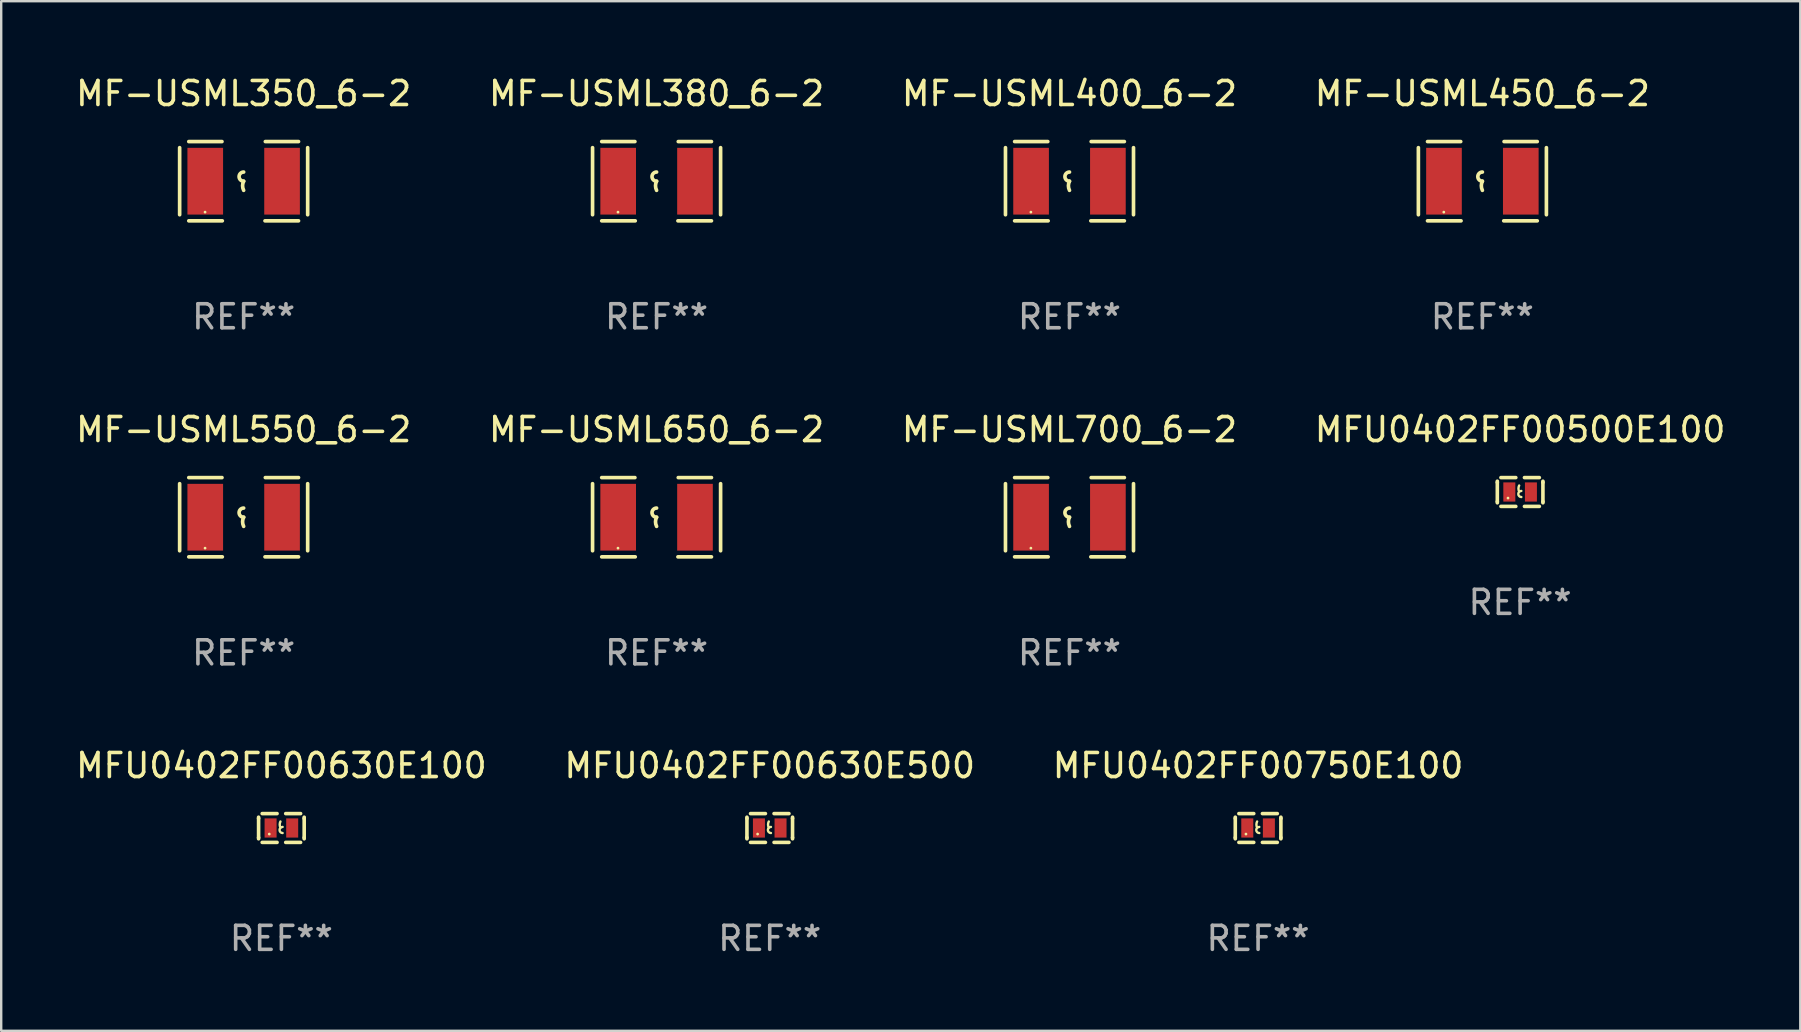
<source format=kicad_pcb>
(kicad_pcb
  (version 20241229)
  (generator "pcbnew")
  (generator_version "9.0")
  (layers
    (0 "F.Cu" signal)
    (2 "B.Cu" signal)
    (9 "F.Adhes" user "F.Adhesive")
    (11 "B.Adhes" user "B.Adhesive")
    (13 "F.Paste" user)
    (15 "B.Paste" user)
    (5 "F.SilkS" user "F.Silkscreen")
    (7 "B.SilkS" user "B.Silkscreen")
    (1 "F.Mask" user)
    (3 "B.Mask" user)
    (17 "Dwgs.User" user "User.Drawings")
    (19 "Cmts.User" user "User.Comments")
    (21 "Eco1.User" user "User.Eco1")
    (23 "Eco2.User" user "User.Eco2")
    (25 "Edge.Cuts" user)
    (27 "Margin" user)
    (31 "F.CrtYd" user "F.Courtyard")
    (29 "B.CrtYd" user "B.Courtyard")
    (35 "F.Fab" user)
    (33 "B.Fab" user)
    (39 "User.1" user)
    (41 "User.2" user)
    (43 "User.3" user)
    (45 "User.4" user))
  (footprint "MFU0402FF00630E500"
    (layer "F.Cu")
    (at 29.018 31.445)
    (property "Reference" "MFU0402FF00630E500" (at 0 -2.6 0) (layer "F.SilkS") (effects (font (size 1 1) (thickness 0.15))))
    (attr through_hole)
    (fp_line (start -0.95 -0.45) (end -0.95 -0.4) (stroke (width 0.15) (type solid)) (layer "F.SilkS"))
    (fp_line (start -0.95 -0.4) (end -0.95 0.4) (stroke (width 0.15) (type solid)) (layer "F.SilkS"))
    (fp_line (start -0.95 0.45) (end -0.95 0.4) (stroke (width 0.15) (type solid)) (layer "F.SilkS"))
    (fp_line (start -0.18 -0.6) (end -0.8 -0.6) (stroke (width 0.15) (type solid)) (layer "F.SilkS"))
    (fp_line (start -0.18 0.6) (end -0.8 0.6) (stroke (width 0.15) (type solid)) (layer "F.SilkS"))
    (fp_line (start 0.18 -0.6) (end 0.8 -0.6) (stroke (width 0.15) (type solid)) (layer "F.SilkS"))
    (fp_line (start 0.18 0.6) (end 0.8 0.6) (stroke (width 0.15) (type solid)) (layer "F.SilkS"))
    (fp_line (start 0.95 -0.45) (end 0.95 -0.4) (stroke (width 0.15) (type solid)) (layer "F.SilkS"))
    (fp_line (start 0.95 -0.4) (end 0.95 0.4) (stroke (width 0.15) (type solid)) (layer "F.SilkS"))
    (fp_line (start 0.95 0.45) (end 0.95 0.4) (stroke (width 0.15) (type solid)) (layer "F.SilkS"))
    (fp_arc (start -0.039942 -0.016052) (mid -0.069923 -0.143053) (end -0.039942 -0.270053) (stroke (width 0.1) (type solid)) (layer "F.SilkS"))
    (fp_arc (start 0.050076 0.209957) (mid -0.076924 0.082957) (end 0.050076 -0.044043) (stroke (width 0.1) (type solid)) (layer "F.SilkS"))
    (fp_circle (center -0.505 0.253) (end -0.475 0.253) (stroke (width 0.06) (type solid)) (fill no) (layer "F.SilkS"))
    (fp_text user "REF**" (at 0 4.6 0) (layer "F.Fab") (effects (font (size 1 1) (thickness 0.15))))
    (pad "1" smd rect (at -0.45 -0.000051) (size 0.5 0.8) (layers "F.Cu" "F.Mask" "F.Paste"))
    (pad "2" smd rect (at 0.45 -0.000051) (size 0.5 0.8) (layers "F.Cu" "F.Mask" "F.Paste")))
  (footprint "MF-USML650_6-2"
    (layer "F.Cu")
    (at 24.304 18.498)
    (property "Reference" "MF-USML650_6-2" (at 0 -3.651 0) (layer "F.SilkS") (effects (font (size 1 1) (thickness 0.15))))
    (attr through_hole)
    (fp_line (start -2.667 -1.397) (end -2.667 1.397) (stroke (width 0.152) (type solid)) (layer "F.SilkS"))
    (fp_line (start -2.286 -1.651) (end -0.903 -1.651) (stroke (width 0.152) (type solid)) (layer "F.SilkS"))
    (fp_line (start -0.889 1.651) (end -2.286 1.651) (stroke (width 0.152) (type solid)) (layer "F.SilkS"))
    (fp_line (start 0.889 1.651) (end 2.286 1.651) (stroke (width 0.152) (type solid)) (layer "F.SilkS"))
    (fp_line (start 2.286 -1.651) (end 0.903 -1.651) (stroke (width 0.152) (type solid)) (layer "F.SilkS"))
    (fp_line (start 2.667 -1.397) (end 2.667 1.397) (stroke (width 0.152) (type solid)) (layer "F.SilkS"))
    (fp_arc (start 0 0) (mid -0.1905 -0.1905) (end 0 -0.381) (stroke (width 0.151994) (type solid)) (layer "F.SilkS"))
    (fp_arc (start 0 0.381001) (mid -0.044971 0.1905) (end 0 0) (stroke (width 0.151994) (type solid)) (layer "F.SilkS"))
    (fp_circle (center -1.608 1.288) (end -1.578 1.288) (stroke (width 0.06) (type solid)) (fill no) (layer "F.SilkS"))
    (fp_text user "REF**" (at 0 5.651 0) (layer "F.Fab") (effects (font (size 1 1) (thickness 0.15))))
    (pad "1" smd rect (at -1.6 0) (size 1.485 2.781) (layers "F.Cu" "F.Mask" "F.Paste"))
    (pad "2" smd rect (at 1.6 0) (size 1.485 2.781) (layers "F.Cu" "F.Mask" "F.Paste")))
  (footprint "MF-USML550_6-2"
    (layer "F.Cu")
    (at 7.101 18.498)
    (property "Reference" "MF-USML550_6-2" (at 0 -3.651 0) (layer "F.SilkS") (effects (font (size 1 1) (thickness 0.15))))
    (attr through_hole)
    (fp_line (start -2.667 -1.397) (end -2.667 1.397) (stroke (width 0.152) (type solid)) (layer "F.SilkS"))
    (fp_line (start -2.286 -1.651) (end -0.903 -1.651) (stroke (width 0.152) (type solid)) (layer "F.SilkS"))
    (fp_line (start -0.889 1.651) (end -2.286 1.651) (stroke (width 0.152) (type solid)) (layer "F.SilkS"))
    (fp_line (start 0.889 1.651) (end 2.286 1.651) (stroke (width 0.152) (type solid)) (layer "F.SilkS"))
    (fp_line (start 2.286 -1.651) (end 0.903 -1.651) (stroke (width 0.152) (type solid)) (layer "F.SilkS"))
    (fp_line (start 2.667 -1.397) (end 2.667 1.397) (stroke (width 0.152) (type solid)) (layer "F.SilkS"))
    (fp_arc (start 0 0) (mid -0.1905 -0.1905) (end 0 -0.381) (stroke (width 0.151994) (type solid)) (layer "F.SilkS"))
    (fp_arc (start 0 0.381001) (mid -0.044971 0.1905) (end 0 0) (stroke (width 0.151994) (type solid)) (layer "F.SilkS"))
    (fp_circle (center -1.608 1.288) (end -1.578 1.288) (stroke (width 0.06) (type solid)) (fill no) (layer "F.SilkS"))
    (fp_text user "REF**" (at 0 5.651 0) (layer "F.Fab") (effects (font (size 1 1) (thickness 0.15))))
    (pad "1" smd rect (at -1.6 0) (size 1.485 2.781) (layers "F.Cu" "F.Mask" "F.Paste"))
    (pad "2" smd rect (at 1.6 0) (size 1.485 2.781) (layers "F.Cu" "F.Mask" "F.Paste")))
  (footprint "MFU0402FF00750E100"
    (layer "F.Cu")
    (at 49.363 31.445)
    (property "Reference" "MFU0402FF00750E100" (at 0 -2.6 0) (layer "F.SilkS") (effects (font (size 1 1) (thickness 0.15))))
    (attr through_hole)
    (fp_line (start -0.95 -0.45) (end -0.95 -0.4) (stroke (width 0.15) (type solid)) (layer "F.SilkS"))
    (fp_line (start -0.95 -0.4) (end -0.95 0.4) (stroke (width 0.15) (type solid)) (layer "F.SilkS"))
    (fp_line (start -0.95 0.45) (end -0.95 0.4) (stroke (width 0.15) (type solid)) (layer "F.SilkS"))
    (fp_line (start -0.18 -0.6) (end -0.8 -0.6) (stroke (width 0.15) (type solid)) (layer "F.SilkS"))
    (fp_line (start -0.18 0.6) (end -0.8 0.6) (stroke (width 0.15) (type solid)) (layer "F.SilkS"))
    (fp_line (start 0.18 -0.6) (end 0.8 -0.6) (stroke (width 0.15) (type solid)) (layer "F.SilkS"))
    (fp_line (start 0.18 0.6) (end 0.8 0.6) (stroke (width 0.15) (type solid)) (layer "F.SilkS"))
    (fp_line (start 0.95 -0.45) (end 0.95 -0.4) (stroke (width 0.15) (type solid)) (layer "F.SilkS"))
    (fp_line (start 0.95 -0.4) (end 0.95 0.4) (stroke (width 0.15) (type solid)) (layer "F.SilkS"))
    (fp_line (start 0.95 0.45) (end 0.95 0.4) (stroke (width 0.15) (type solid)) (layer "F.SilkS"))
    (fp_arc (start -0.039942 -0.016052) (mid -0.069923 -0.143053) (end -0.039942 -0.270053) (stroke (width 0.1) (type solid)) (layer "F.SilkS"))
    (fp_arc (start 0.050076 0.209957) (mid -0.076924 0.082957) (end 0.050076 -0.044043) (stroke (width 0.1) (type solid)) (layer "F.SilkS"))
    (fp_circle (center -0.505 0.253) (end -0.475 0.253) (stroke (width 0.06) (type solid)) (fill no) (layer "F.SilkS"))
    (fp_text user "REF**" (at 0 4.6 0) (layer "F.Fab") (effects (font (size 1 1) (thickness 0.15))))
    (pad "1" smd rect (at -0.45 -0.000051) (size 0.5 0.8) (layers "F.Cu" "F.Mask" "F.Paste"))
    (pad "2" smd rect (at 0.45 -0.000051) (size 0.5 0.8) (layers "F.Cu" "F.Mask" "F.Paste")))
  (footprint "MF-USML700_6-2"
    (layer "F.Cu")
    (at 41.506 18.498)
    (property "Reference" "MF-USML700_6-2" (at 0 -3.651 0) (layer "F.SilkS") (effects (font (size 1 1) (thickness 0.15))))
    (attr through_hole)
    (fp_line (start -2.667 -1.397) (end -2.667 1.397) (stroke (width 0.152) (type solid)) (layer "F.SilkS"))
    (fp_line (start -2.286 -1.651) (end -0.903 -1.651) (stroke (width 0.152) (type solid)) (layer "F.SilkS"))
    (fp_line (start -0.889 1.651) (end -2.286 1.651) (stroke (width 0.152) (type solid)) (layer "F.SilkS"))
    (fp_line (start 0.889 1.651) (end 2.286 1.651) (stroke (width 0.152) (type solid)) (layer "F.SilkS"))
    (fp_line (start 2.286 -1.651) (end 0.903 -1.651) (stroke (width 0.152) (type solid)) (layer "F.SilkS"))
    (fp_line (start 2.667 -1.397) (end 2.667 1.397) (stroke (width 0.152) (type solid)) (layer "F.SilkS"))
    (fp_arc (start 0 0) (mid -0.1905 -0.1905) (end 0 -0.381) (stroke (width 0.151994) (type solid)) (layer "F.SilkS"))
    (fp_arc (start 0 0.381001) (mid -0.044971 0.1905) (end 0 0) (stroke (width 0.151994) (type solid)) (layer "F.SilkS"))
    (fp_circle (center -1.608 1.288) (end -1.578 1.288) (stroke (width 0.06) (type solid)) (fill no) (layer "F.SilkS"))
    (fp_text user "REF**" (at 0 5.651 0) (layer "F.Fab") (effects (font (size 1 1) (thickness 0.15))))
    (pad "1" smd rect (at -1.6 0) (size 1.485 2.781) (layers "F.Cu" "F.Mask" "F.Paste"))
    (pad "2" smd rect (at 1.6 0) (size 1.485 2.781) (layers "F.Cu" "F.Mask" "F.Paste")))
  (footprint "MF-USML380_6-2"
    (layer "F.Cu")
    (at 24.304 4.499)
    (property "Reference" "MF-USML380_6-2" (at 0 -3.651 0) (layer "F.SilkS") (effects (font (size 1 1) (thickness 0.15))))
    (attr through_hole)
    (fp_line (start -2.667 -1.397) (end -2.667 1.397) (stroke (width 0.152) (type solid)) (layer "F.SilkS"))
    (fp_line (start -2.286 -1.651) (end -0.903 -1.651) (stroke (width 0.152) (type solid)) (layer "F.SilkS"))
    (fp_line (start -0.889 1.651) (end -2.286 1.651) (stroke (width 0.152) (type solid)) (layer "F.SilkS"))
    (fp_line (start 0.889 1.651) (end 2.286 1.651) (stroke (width 0.152) (type solid)) (layer "F.SilkS"))
    (fp_line (start 2.286 -1.651) (end 0.903 -1.651) (stroke (width 0.152) (type solid)) (layer "F.SilkS"))
    (fp_line (start 2.667 -1.397) (end 2.667 1.397) (stroke (width 0.152) (type solid)) (layer "F.SilkS"))
    (fp_arc (start 0 0) (mid -0.1905 -0.1905) (end 0 -0.381) (stroke (width 0.151994) (type solid)) (layer "F.SilkS"))
    (fp_arc (start 0 0.381001) (mid -0.044971 0.1905) (end 0 0) (stroke (width 0.151994) (type solid)) (layer "F.SilkS"))
    (fp_circle (center -1.608 1.288) (end -1.578 1.288) (stroke (width 0.06) (type solid)) (fill no) (layer "F.SilkS"))
    (fp_text user "REF**" (at 0 5.651 0) (layer "F.Fab") (effects (font (size 1 1) (thickness 0.15))))
    (pad "1" smd rect (at -1.6 0) (size 1.485 2.781) (layers "F.Cu" "F.Mask" "F.Paste"))
    (pad "2" smd rect (at 1.6 0) (size 1.485 2.781) (layers "F.Cu" "F.Mask" "F.Paste")))
  (footprint "MF-USML350_6-2"
    (layer "F.Cu")
    (at 7.101 4.499)
    (property "Reference" "MF-USML350_6-2" (at 0 -3.651 0) (layer "F.SilkS") (effects (font (size 1 1) (thickness 0.15))))
    (attr through_hole)
    (fp_line (start -2.667 -1.397) (end -2.667 1.397) (stroke (width 0.152) (type solid)) (layer "F.SilkS"))
    (fp_line (start -2.286 -1.651) (end -0.903 -1.651) (stroke (width 0.152) (type solid)) (layer "F.SilkS"))
    (fp_line (start -0.889 1.651) (end -2.286 1.651) (stroke (width 0.152) (type solid)) (layer "F.SilkS"))
    (fp_line (start 0.889 1.651) (end 2.286 1.651) (stroke (width 0.152) (type solid)) (layer "F.SilkS"))
    (fp_line (start 2.286 -1.651) (end 0.903 -1.651) (stroke (width 0.152) (type solid)) (layer "F.SilkS"))
    (fp_line (start 2.667 -1.397) (end 2.667 1.397) (stroke (width 0.152) (type solid)) (layer "F.SilkS"))
    (fp_arc (start 0 0) (mid -0.1905 -0.1905) (end 0 -0.381) (stroke (width 0.151994) (type solid)) (layer "F.SilkS"))
    (fp_arc (start 0 0.381001) (mid -0.044971 0.1905) (end 0 0) (stroke (width 0.151994) (type solid)) (layer "F.SilkS"))
    (fp_circle (center -1.608 1.288) (end -1.578 1.288) (stroke (width 0.06) (type solid)) (fill no) (layer "F.SilkS"))
    (fp_text user "REF**" (at 0 5.651 0) (layer "F.Fab") (effects (font (size 1 1) (thickness 0.15))))
    (pad "1" smd rect (at -1.6 0) (size 1.485 2.781) (layers "F.Cu" "F.Mask" "F.Paste"))
    (pad "2" smd rect (at 1.6 0) (size 1.485 2.781) (layers "F.Cu" "F.Mask" "F.Paste")))
  (footprint "MFU0402FF00630E100"
    (layer "F.Cu")
    (at 8.673 31.445)
    (property "Reference" "MFU0402FF00630E100" (at 0 -2.6 0) (layer "F.SilkS") (effects (font (size 1 1) (thickness 0.15))))
    (attr through_hole)
    (fp_line (start -0.95 -0.45) (end -0.95 -0.4) (stroke (width 0.15) (type solid)) (layer "F.SilkS"))
    (fp_line (start -0.95 -0.4) (end -0.95 0.4) (stroke (width 0.15) (type solid)) (layer "F.SilkS"))
    (fp_line (start -0.95 0.45) (end -0.95 0.4) (stroke (width 0.15) (type solid)) (layer "F.SilkS"))
    (fp_line (start -0.18 -0.6) (end -0.8 -0.6) (stroke (width 0.15) (type solid)) (layer "F.SilkS"))
    (fp_line (start -0.18 0.6) (end -0.8 0.6) (stroke (width 0.15) (type solid)) (layer "F.SilkS"))
    (fp_line (start 0.18 -0.6) (end 0.8 -0.6) (stroke (width 0.15) (type solid)) (layer "F.SilkS"))
    (fp_line (start 0.18 0.6) (end 0.8 0.6) (stroke (width 0.15) (type solid)) (layer "F.SilkS"))
    (fp_line (start 0.95 -0.45) (end 0.95 -0.4) (stroke (width 0.15) (type solid)) (layer "F.SilkS"))
    (fp_line (start 0.95 -0.4) (end 0.95 0.4) (stroke (width 0.15) (type solid)) (layer "F.SilkS"))
    (fp_line (start 0.95 0.45) (end 0.95 0.4) (stroke (width 0.15) (type solid)) (layer "F.SilkS"))
    (fp_arc (start -0.039942 -0.016052) (mid -0.069923 -0.143053) (end -0.039942 -0.270053) (stroke (width 0.1) (type solid)) (layer "F.SilkS"))
    (fp_arc (start 0.050076 0.209957) (mid -0.076924 0.082957) (end 0.050076 -0.044043) (stroke (width 0.1) (type solid)) (layer "F.SilkS"))
    (fp_circle (center -0.505 0.253) (end -0.475 0.253) (stroke (width 0.06) (type solid)) (fill no) (layer "F.SilkS"))
    (fp_text user "REF**" (at 0 4.6 0) (layer "F.Fab") (effects (font (size 1 1) (thickness 0.15))))
    (pad "1" smd rect (at -0.45 -0.000051) (size 0.5 0.8) (layers "F.Cu" "F.Mask" "F.Paste"))
    (pad "2" smd rect (at 0.45 -0.000051) (size 0.5 0.8) (layers "F.Cu" "F.Mask" "F.Paste")))
  (footprint "MF-USML450_6-2"
    (layer "F.Cu")
    (at 58.708 4.499)
    (property "Reference" "MF-USML450_6-2" (at 0 -3.651 0) (layer "F.SilkS") (effects (font (size 1 1) (thickness 0.15))))
    (attr through_hole)
    (fp_line (start -2.667 -1.397) (end -2.667 1.397) (stroke (width 0.152) (type solid)) (layer "F.SilkS"))
    (fp_line (start -2.286 -1.651) (end -0.903 -1.651) (stroke (width 0.152) (type solid)) (layer "F.SilkS"))
    (fp_line (start -0.889 1.651) (end -2.286 1.651) (stroke (width 0.152) (type solid)) (layer "F.SilkS"))
    (fp_line (start 0.889 1.651) (end 2.286 1.651) (stroke (width 0.152) (type solid)) (layer "F.SilkS"))
    (fp_line (start 2.286 -1.651) (end 0.903 -1.651) (stroke (width 0.152) (type solid)) (layer "F.SilkS"))
    (fp_line (start 2.667 -1.397) (end 2.667 1.397) (stroke (width 0.152) (type solid)) (layer "F.SilkS"))
    (fp_arc (start 0 0) (mid -0.1905 -0.1905) (end 0 -0.381) (stroke (width 0.151994) (type solid)) (layer "F.SilkS"))
    (fp_arc (start 0 0.381001) (mid -0.044971 0.1905) (end 0 0) (stroke (width 0.151994) (type solid)) (layer "F.SilkS"))
    (fp_circle (center -1.608 1.288) (end -1.578 1.288) (stroke (width 0.06) (type solid)) (fill no) (layer "F.SilkS"))
    (fp_text user "REF**" (at 0 5.651 0) (layer "F.Fab") (effects (font (size 1 1) (thickness 0.15))))
    (pad "1" smd rect (at -1.6 0) (size 1.485 2.781) (layers "F.Cu" "F.Mask" "F.Paste"))
    (pad "2" smd rect (at 1.6 0) (size 1.485 2.781) (layers "F.Cu" "F.Mask" "F.Paste")))
  (footprint "MF-USML400_6-2"
    (layer "F.Cu")
    (at 41.506 4.499)
    (property "Reference" "MF-USML400_6-2" (at 0 -3.651 0) (layer "F.SilkS") (effects (font (size 1 1) (thickness 0.15))))
    (attr through_hole)
    (fp_line (start -2.667 -1.397) (end -2.667 1.397) (stroke (width 0.152) (type solid)) (layer "F.SilkS"))
    (fp_line (start -2.286 -1.651) (end -0.903 -1.651) (stroke (width 0.152) (type solid)) (layer "F.SilkS"))
    (fp_line (start -0.889 1.651) (end -2.286 1.651) (stroke (width 0.152) (type solid)) (layer "F.SilkS"))
    (fp_line (start 0.889 1.651) (end 2.286 1.651) (stroke (width 0.152) (type solid)) (layer "F.SilkS"))
    (fp_line (start 2.286 -1.651) (end 0.903 -1.651) (stroke (width 0.152) (type solid)) (layer "F.SilkS"))
    (fp_line (start 2.667 -1.397) (end 2.667 1.397) (stroke (width 0.152) (type solid)) (layer "F.SilkS"))
    (fp_arc (start 0 0) (mid -0.1905 -0.1905) (end 0 -0.381) (stroke (width 0.151994) (type solid)) (layer "F.SilkS"))
    (fp_arc (start 0 0.381001) (mid -0.044971 0.1905) (end 0 0) (stroke (width 0.151994) (type solid)) (layer "F.SilkS"))
    (fp_circle (center -1.608 1.288) (end -1.578 1.288) (stroke (width 0.06) (type solid)) (fill no) (layer "F.SilkS"))
    (fp_text user "REF**" (at 0 5.651 0) (layer "F.Fab") (effects (font (size 1 1) (thickness 0.15))))
    (pad "1" smd rect (at -1.6 0) (size 1.485 2.781) (layers "F.Cu" "F.Mask" "F.Paste"))
    (pad "2" smd rect (at 1.6 0) (size 1.485 2.781) (layers "F.Cu" "F.Mask" "F.Paste")))
  (footprint "MFU0402FF00500E100"
    (layer "F.Cu")
    (at 60.28 17.447)
    (property "Reference" "MFU0402FF00500E100" (at 0 -2.6 0) (layer "F.SilkS") (effects (font (size 1 1) (thickness 0.15))))
    (attr through_hole)
    (fp_line (start -0.95 -0.45) (end -0.95 -0.4) (stroke (width 0.15) (type solid)) (layer "F.SilkS"))
    (fp_line (start -0.95 -0.4) (end -0.95 0.4) (stroke (width 0.15) (type solid)) (layer "F.SilkS"))
    (fp_line (start -0.95 0.45) (end -0.95 0.4) (stroke (width 0.15) (type solid)) (layer "F.SilkS"))
    (fp_line (start -0.18 -0.6) (end -0.8 -0.6) (stroke (width 0.15) (type solid)) (layer "F.SilkS"))
    (fp_line (start -0.18 0.6) (end -0.8 0.6) (stroke (width 0.15) (type solid)) (layer "F.SilkS"))
    (fp_line (start 0.18 -0.6) (end 0.8 -0.6) (stroke (width 0.15) (type solid)) (layer "F.SilkS"))
    (fp_line (start 0.18 0.6) (end 0.8 0.6) (stroke (width 0.15) (type solid)) (layer "F.SilkS"))
    (fp_line (start 0.95 -0.45) (end 0.95 -0.4) (stroke (width 0.15) (type solid)) (layer "F.SilkS"))
    (fp_line (start 0.95 -0.4) (end 0.95 0.4) (stroke (width 0.15) (type solid)) (layer "F.SilkS"))
    (fp_line (start 0.95 0.45) (end 0.95 0.4) (stroke (width 0.15) (type solid)) (layer "F.SilkS"))
    (fp_arc (start -0.039942 -0.016052) (mid -0.069923 -0.143053) (end -0.039942 -0.270053) (stroke (width 0.1) (type solid)) (layer "F.SilkS"))
    (fp_arc (start 0.050076 0.209957) (mid -0.076924 0.082957) (end 0.050076 -0.044043) (stroke (width 0.1) (type solid)) (layer "F.SilkS"))
    (fp_circle (center -0.505 0.253) (end -0.475 0.253) (stroke (width 0.06) (type solid)) (fill no) (layer "F.SilkS"))
    (fp_text user "REF**" (at 0 4.6 0) (layer "F.Fab") (effects (font (size 1 1) (thickness 0.15))))
    (pad "1" smd rect (at -0.45 -0.000051) (size 0.5 0.8) (layers "F.Cu" "F.Mask" "F.Paste"))
    (pad "2" smd rect (at 0.45 -0.000051) (size 0.5 0.8) (layers "F.Cu" "F.Mask" "F.Paste")))
  (gr_rect
    (start -3 -3)
    (end 71.952 39.894)
    (stroke (width 0.1) (type default))
    (fill no)
    (layer "Edge.Cuts")))
</source>
